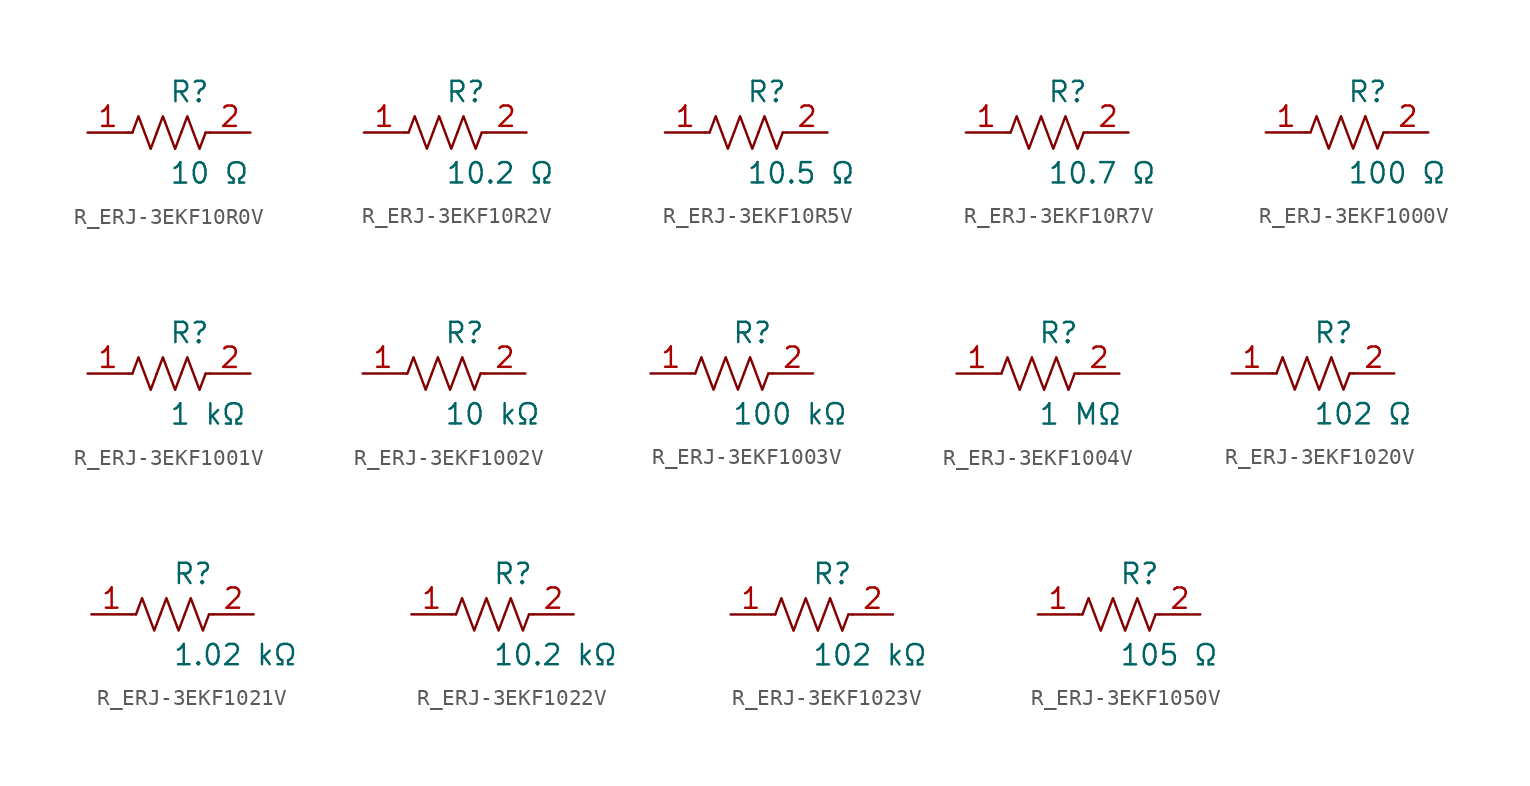
<source format=kicad_sym>
(kicad_symbol_lib
  (version 20231120)
  (generator "kicad_symbol_editor")
  (generator_version "8.0")
  (symbol "R_ERJ-3EKF10R0V"
    (pin_names
      (offset 0.254))
    (property "Reference" "R"
      (at 0 2.54 0)
      (effects (font (size 1.27 1.27)) (justify left)))
    (property "Value" "10 Ω"
      (at 0 -2.54 0)
      (effects (font (size 1.27 1.27)) (justify left)))
    (symbol "R_ERJ-3EKF10R0V_0_1"
      (polyline (pts (xy 2.286 0) (xy 2.54 0)) (stroke (width 0) (type default)) (fill (type none)))
      (polyline (pts (xy -2.286 0) (xy -2.54 0)) (stroke (width 0) (type default)) (fill (type none)))
      (polyline (pts (xy 0.762 0) (xy 1.143 1.016) (xy 1.524 0) (xy 1.905 -1.016) (xy 2.286 0)) (stroke (width 0) (type default)) (fill (type none)))
      (polyline (pts (xy -0.762 0) (xy -0.381 1.016) (xy 0 0) (xy 0.381 -1.016) (xy 0.762 0)) (stroke (width 0) (type default)) (fill (type none)))
      (polyline (pts (xy -2.286 0) (xy -1.905 1.016) (xy -1.524 0) (xy -1.143 -1.016) (xy -0.762 0)) (stroke (width 0) (type default)) (fill (type none))))
    (pin unspecified line
      (at -5.08 0 0)
      (length 2.54)
      (name "" (effects (font (size 1.27 1.27))))
      (number "1" (effects (font (size 1.27 1.27)))))
    (pin unspecified line
      (at 5.08 0 180)
      (length 2.54)
      (name "" (effects (font (size 1.27 1.27))))
      (number "2" (effects (font (size 1.27 1.27))))))
  (symbol "R_ERJ-3EKF10R2V"
    (pin_names
      (offset 0.254))
    (property "Reference" "R"
      (at 0 2.54 0)
      (effects (font (size 1.27 1.27)) (justify left)))
    (property "Value" "10.2 Ω"
      (at 0 -2.54 0)
      (effects (font (size 1.27 1.27)) (justify left)))
    (symbol "R_ERJ-3EKF10R2V_0_1"
      (polyline (pts (xy 2.286 0) (xy 2.54 0)) (stroke (width 0) (type default)) (fill (type none)))
      (polyline (pts (xy -2.286 0) (xy -2.54 0)) (stroke (width 0) (type default)) (fill (type none)))
      (polyline (pts (xy 0.762 0) (xy 1.143 1.016) (xy 1.524 0) (xy 1.905 -1.016) (xy 2.286 0)) (stroke (width 0) (type default)) (fill (type none)))
      (polyline (pts (xy -0.762 0) (xy -0.381 1.016) (xy 0 0) (xy 0.381 -1.016) (xy 0.762 0)) (stroke (width 0) (type default)) (fill (type none)))
      (polyline (pts (xy -2.286 0) (xy -1.905 1.016) (xy -1.524 0) (xy -1.143 -1.016) (xy -0.762 0)) (stroke (width 0) (type default)) (fill (type none))))
    (pin unspecified line
      (at -5.08 0 0)
      (length 2.54)
      (name "" (effects (font (size 1.27 1.27))))
      (number "1" (effects (font (size 1.27 1.27)))))
    (pin unspecified line
      (at 5.08 0 180)
      (length 2.54)
      (name "" (effects (font (size 1.27 1.27))))
      (number "2" (effects (font (size 1.27 1.27))))))
  (symbol "R_ERJ-3EKF10R5V"
    (pin_names
      (offset 0.254))
    (property "Reference" "R"
      (at 0 2.54 0)
      (effects (font (size 1.27 1.27)) (justify left)))
    (property "Value" "10.5 Ω"
      (at 0 -2.54 0)
      (effects (font (size 1.27 1.27)) (justify left)))
    (symbol "R_ERJ-3EKF10R5V_0_1"
      (polyline (pts (xy 2.286 0) (xy 2.54 0)) (stroke (width 0) (type default)) (fill (type none)))
      (polyline (pts (xy -2.286 0) (xy -2.54 0)) (stroke (width 0) (type default)) (fill (type none)))
      (polyline (pts (xy 0.762 0) (xy 1.143 1.016) (xy 1.524 0) (xy 1.905 -1.016) (xy 2.286 0)) (stroke (width 0) (type default)) (fill (type none)))
      (polyline (pts (xy -0.762 0) (xy -0.381 1.016) (xy 0 0) (xy 0.381 -1.016) (xy 0.762 0)) (stroke (width 0) (type default)) (fill (type none)))
      (polyline (pts (xy -2.286 0) (xy -1.905 1.016) (xy -1.524 0) (xy -1.143 -1.016) (xy -0.762 0)) (stroke (width 0) (type default)) (fill (type none))))
    (pin unspecified line
      (at -5.08 0 0)
      (length 2.54)
      (name "" (effects (font (size 1.27 1.27))))
      (number "1" (effects (font (size 1.27 1.27)))))
    (pin unspecified line
      (at 5.08 0 180)
      (length 2.54)
      (name "" (effects (font (size 1.27 1.27))))
      (number "2" (effects (font (size 1.27 1.27))))))
  (symbol "R_ERJ-3EKF10R7V"
    (pin_names
      (offset 0.254))
    (property "Reference" "R"
      (at 0 2.54 0)
      (effects (font (size 1.27 1.27)) (justify left)))
    (property "Value" "10.7 Ω"
      (at 0 -2.54 0)
      (effects (font (size 1.27 1.27)) (justify left)))
    (symbol "R_ERJ-3EKF10R7V_0_1"
      (polyline (pts (xy 2.286 0) (xy 2.54 0)) (stroke (width 0) (type default)) (fill (type none)))
      (polyline (pts (xy -2.286 0) (xy -2.54 0)) (stroke (width 0) (type default)) (fill (type none)))
      (polyline (pts (xy 0.762 0) (xy 1.143 1.016) (xy 1.524 0) (xy 1.905 -1.016) (xy 2.286 0)) (stroke (width 0) (type default)) (fill (type none)))
      (polyline (pts (xy -0.762 0) (xy -0.381 1.016) (xy 0 0) (xy 0.381 -1.016) (xy 0.762 0)) (stroke (width 0) (type default)) (fill (type none)))
      (polyline (pts (xy -2.286 0) (xy -1.905 1.016) (xy -1.524 0) (xy -1.143 -1.016) (xy -0.762 0)) (stroke (width 0) (type default)) (fill (type none))))
    (pin unspecified line
      (at -5.08 0 0)
      (length 2.54)
      (name "" (effects (font (size 1.27 1.27))))
      (number "1" (effects (font (size 1.27 1.27)))))
    (pin unspecified line
      (at 5.08 0 180)
      (length 2.54)
      (name "" (effects (font (size 1.27 1.27))))
      (number "2" (effects (font (size 1.27 1.27))))))
  (symbol "R_ERJ-3EKF1000V"
    (pin_names
      (offset 0.254))
    (property "Reference" "R"
      (at 0 2.54 0)
      (effects (font (size 1.27 1.27)) (justify left)))
    (property "Value" "100 Ω"
      (at 0 -2.54 0)
      (effects (font (size 1.27 1.27)) (justify left)))
    (symbol "R_ERJ-3EKF1000V_0_1"
      (polyline (pts (xy 2.286 0) (xy 2.54 0)) (stroke (width 0) (type default)) (fill (type none)))
      (polyline (pts (xy -2.286 0) (xy -2.54 0)) (stroke (width 0) (type default)) (fill (type none)))
      (polyline (pts (xy 0.762 0) (xy 1.143 1.016) (xy 1.524 0) (xy 1.905 -1.016) (xy 2.286 0)) (stroke (width 0) (type default)) (fill (type none)))
      (polyline (pts (xy -0.762 0) (xy -0.381 1.016) (xy 0 0) (xy 0.381 -1.016) (xy 0.762 0)) (stroke (width 0) (type default)) (fill (type none)))
      (polyline (pts (xy -2.286 0) (xy -1.905 1.016) (xy -1.524 0) (xy -1.143 -1.016) (xy -0.762 0)) (stroke (width 0) (type default)) (fill (type none))))
    (pin unspecified line
      (at -5.08 0 0)
      (length 2.54)
      (name "" (effects (font (size 1.27 1.27))))
      (number "1" (effects (font (size 1.27 1.27)))))
    (pin unspecified line
      (at 5.08 0 180)
      (length 2.54)
      (name "" (effects (font (size 1.27 1.27))))
      (number "2" (effects (font (size 1.27 1.27))))))
  (symbol "R_ERJ-3EKF1001V"
    (pin_names
      (offset 0.254))
    (property "Reference" "R"
      (at 0 2.54 0)
      (effects (font (size 1.27 1.27)) (justify left)))
    (property "Value" "1 kΩ"
      (at 0 -2.54 0)
      (effects (font (size 1.27 1.27)) (justify left)))
    (symbol "R_ERJ-3EKF1001V_0_1"
      (polyline (pts (xy 2.286 0) (xy 2.54 0)) (stroke (width 0) (type default)) (fill (type none)))
      (polyline (pts (xy -2.286 0) (xy -2.54 0)) (stroke (width 0) (type default)) (fill (type none)))
      (polyline (pts (xy 0.762 0) (xy 1.143 1.016) (xy 1.524 0) (xy 1.905 -1.016) (xy 2.286 0)) (stroke (width 0) (type default)) (fill (type none)))
      (polyline (pts (xy -0.762 0) (xy -0.381 1.016) (xy 0 0) (xy 0.381 -1.016) (xy 0.762 0)) (stroke (width 0) (type default)) (fill (type none)))
      (polyline (pts (xy -2.286 0) (xy -1.905 1.016) (xy -1.524 0) (xy -1.143 -1.016) (xy -0.762 0)) (stroke (width 0) (type default)) (fill (type none))))
    (pin unspecified line
      (at -5.08 0 0)
      (length 2.54)
      (name "" (effects (font (size 1.27 1.27))))
      (number "1" (effects (font (size 1.27 1.27)))))
    (pin unspecified line
      (at 5.08 0 180)
      (length 2.54)
      (name "" (effects (font (size 1.27 1.27))))
      (number "2" (effects (font (size 1.27 1.27))))))
  (symbol "R_ERJ-3EKF1002V"
    (pin_names
      (offset 0.254))
    (property "Reference" "R"
      (at 0 2.54 0)
      (effects (font (size 1.27 1.27)) (justify left)))
    (property "Value" "10 kΩ"
      (at 0 -2.54 0)
      (effects (font (size 1.27 1.27)) (justify left)))
    (symbol "R_ERJ-3EKF1002V_0_1"
      (polyline (pts (xy 2.286 0) (xy 2.54 0)) (stroke (width 0) (type default)) (fill (type none)))
      (polyline (pts (xy -2.286 0) (xy -2.54 0)) (stroke (width 0) (type default)) (fill (type none)))
      (polyline (pts (xy 0.762 0) (xy 1.143 1.016) (xy 1.524 0) (xy 1.905 -1.016) (xy 2.286 0)) (stroke (width 0) (type default)) (fill (type none)))
      (polyline (pts (xy -0.762 0) (xy -0.381 1.016) (xy 0 0) (xy 0.381 -1.016) (xy 0.762 0)) (stroke (width 0) (type default)) (fill (type none)))
      (polyline (pts (xy -2.286 0) (xy -1.905 1.016) (xy -1.524 0) (xy -1.143 -1.016) (xy -0.762 0)) (stroke (width 0) (type default)) (fill (type none))))
    (pin unspecified line
      (at -5.08 0 0)
      (length 2.54)
      (name "" (effects (font (size 1.27 1.27))))
      (number "1" (effects (font (size 1.27 1.27)))))
    (pin unspecified line
      (at 5.08 0 180)
      (length 2.54)
      (name "" (effects (font (size 1.27 1.27))))
      (number "2" (effects (font (size 1.27 1.27))))))
  (symbol "R_ERJ-3EKF1003V"
    (pin_names
      (offset 0.254))
    (property "Reference" "R"
      (at 0 2.54 0)
      (effects (font (size 1.27 1.27)) (justify left)))
    (property "Value" "100 kΩ"
      (at 0 -2.54 0)
      (effects (font (size 1.27 1.27)) (justify left)))
    (symbol "R_ERJ-3EKF1003V_0_1"
      (polyline (pts (xy 2.286 0) (xy 2.54 0)) (stroke (width 0) (type default)) (fill (type none)))
      (polyline (pts (xy -2.286 0) (xy -2.54 0)) (stroke (width 0) (type default)) (fill (type none)))
      (polyline (pts (xy 0.762 0) (xy 1.143 1.016) (xy 1.524 0) (xy 1.905 -1.016) (xy 2.286 0)) (stroke (width 0) (type default)) (fill (type none)))
      (polyline (pts (xy -0.762 0) (xy -0.381 1.016) (xy 0 0) (xy 0.381 -1.016) (xy 0.762 0)) (stroke (width 0) (type default)) (fill (type none)))
      (polyline (pts (xy -2.286 0) (xy -1.905 1.016) (xy -1.524 0) (xy -1.143 -1.016) (xy -0.762 0)) (stroke (width 0) (type default)) (fill (type none))))
    (pin unspecified line
      (at -5.08 0 0)
      (length 2.54)
      (name "" (effects (font (size 1.27 1.27))))
      (number "1" (effects (font (size 1.27 1.27)))))
    (pin unspecified line
      (at 5.08 0 180)
      (length 2.54)
      (name "" (effects (font (size 1.27 1.27))))
      (number "2" (effects (font (size 1.27 1.27))))))
  (symbol "R_ERJ-3EKF1004V"
    (pin_names
      (offset 0.254))
    (property "Reference" "R"
      (at 0 2.54 0)
      (effects (font (size 1.27 1.27)) (justify left)))
    (property "Value" "1 MΩ"
      (at 0 -2.54 0)
      (effects (font (size 1.27 1.27)) (justify left)))
    (symbol "R_ERJ-3EKF1004V_0_1"
      (polyline (pts (xy 2.286 0) (xy 2.54 0)) (stroke (width 0) (type default)) (fill (type none)))
      (polyline (pts (xy -2.286 0) (xy -2.54 0)) (stroke (width 0) (type default)) (fill (type none)))
      (polyline (pts (xy 0.762 0) (xy 1.143 1.016) (xy 1.524 0) (xy 1.905 -1.016) (xy 2.286 0)) (stroke (width 0) (type default)) (fill (type none)))
      (polyline (pts (xy -0.762 0) (xy -0.381 1.016) (xy 0 0) (xy 0.381 -1.016) (xy 0.762 0)) (stroke (width 0) (type default)) (fill (type none)))
      (polyline (pts (xy -2.286 0) (xy -1.905 1.016) (xy -1.524 0) (xy -1.143 -1.016) (xy -0.762 0)) (stroke (width 0) (type default)) (fill (type none))))
    (pin unspecified line
      (at -5.08 0 0)
      (length 2.54)
      (name "" (effects (font (size 1.27 1.27))))
      (number "1" (effects (font (size 1.27 1.27)))))
    (pin unspecified line
      (at 5.08 0 180)
      (length 2.54)
      (name "" (effects (font (size 1.27 1.27))))
      (number "2" (effects (font (size 1.27 1.27))))))
  (symbol "R_ERJ-3EKF1020V"
    (pin_names
      (offset 0.254))
    (property "Reference" "R"
      (at 0 2.54 0)
      (effects (font (size 1.27 1.27)) (justify left)))
    (property "Value" "102 Ω"
      (at 0 -2.54 0)
      (effects (font (size 1.27 1.27)) (justify left)))
    (symbol "R_ERJ-3EKF1020V_0_1"
      (polyline (pts (xy 2.286 0) (xy 2.54 0)) (stroke (width 0) (type default)) (fill (type none)))
      (polyline (pts (xy -2.286 0) (xy -2.54 0)) (stroke (width 0) (type default)) (fill (type none)))
      (polyline (pts (xy 0.762 0) (xy 1.143 1.016) (xy 1.524 0) (xy 1.905 -1.016) (xy 2.286 0)) (stroke (width 0) (type default)) (fill (type none)))
      (polyline (pts (xy -0.762 0) (xy -0.381 1.016) (xy 0 0) (xy 0.381 -1.016) (xy 0.762 0)) (stroke (width 0) (type default)) (fill (type none)))
      (polyline (pts (xy -2.286 0) (xy -1.905 1.016) (xy -1.524 0) (xy -1.143 -1.016) (xy -0.762 0)) (stroke (width 0) (type default)) (fill (type none))))
    (pin unspecified line
      (at -5.08 0 0)
      (length 2.54)
      (name "" (effects (font (size 1.27 1.27))))
      (number "1" (effects (font (size 1.27 1.27)))))
    (pin unspecified line
      (at 5.08 0 180)
      (length 2.54)
      (name "" (effects (font (size 1.27 1.27))))
      (number "2" (effects (font (size 1.27 1.27))))))
  (symbol "R_ERJ-3EKF1021V"
    (pin_names
      (offset 0.254))
    (property "Reference" "R"
      (at 0 2.54 0)
      (effects (font (size 1.27 1.27)) (justify left)))
    (property "Value" "1.02 kΩ"
      (at 0 -2.54 0)
      (effects (font (size 1.27 1.27)) (justify left)))
    (symbol "R_ERJ-3EKF1021V_0_1"
      (polyline (pts (xy 2.286 0) (xy 2.54 0)) (stroke (width 0) (type default)) (fill (type none)))
      (polyline (pts (xy -2.286 0) (xy -2.54 0)) (stroke (width 0) (type default)) (fill (type none)))
      (polyline (pts (xy 0.762 0) (xy 1.143 1.016) (xy 1.524 0) (xy 1.905 -1.016) (xy 2.286 0)) (stroke (width 0) (type default)) (fill (type none)))
      (polyline (pts (xy -0.762 0) (xy -0.381 1.016) (xy 0 0) (xy 0.381 -1.016) (xy 0.762 0)) (stroke (width 0) (type default)) (fill (type none)))
      (polyline (pts (xy -2.286 0) (xy -1.905 1.016) (xy -1.524 0) (xy -1.143 -1.016) (xy -0.762 0)) (stroke (width 0) (type default)) (fill (type none))))
    (pin unspecified line
      (at -5.08 0 0)
      (length 2.54)
      (name "" (effects (font (size 1.27 1.27))))
      (number "1" (effects (font (size 1.27 1.27)))))
    (pin unspecified line
      (at 5.08 0 180)
      (length 2.54)
      (name "" (effects (font (size 1.27 1.27))))
      (number "2" (effects (font (size 1.27 1.27))))))
  (symbol "R_ERJ-3EKF1022V"
    (pin_names
      (offset 0.254))
    (property "Reference" "R"
      (at 0 2.54 0)
      (effects (font (size 1.27 1.27)) (justify left)))
    (property "Value" "10.2 kΩ"
      (at 0 -2.54 0)
      (effects (font (size 1.27 1.27)) (justify left)))
    (symbol "R_ERJ-3EKF1022V_0_1"
      (polyline (pts (xy 2.286 0) (xy 2.54 0)) (stroke (width 0) (type default)) (fill (type none)))
      (polyline (pts (xy -2.286 0) (xy -2.54 0)) (stroke (width 0) (type default)) (fill (type none)))
      (polyline (pts (xy 0.762 0) (xy 1.143 1.016) (xy 1.524 0) (xy 1.905 -1.016) (xy 2.286 0)) (stroke (width 0) (type default)) (fill (type none)))
      (polyline (pts (xy -0.762 0) (xy -0.381 1.016) (xy 0 0) (xy 0.381 -1.016) (xy 0.762 0)) (stroke (width 0) (type default)) (fill (type none)))
      (polyline (pts (xy -2.286 0) (xy -1.905 1.016) (xy -1.524 0) (xy -1.143 -1.016) (xy -0.762 0)) (stroke (width 0) (type default)) (fill (type none))))
    (pin unspecified line
      (at -5.08 0 0)
      (length 2.54)
      (name "" (effects (font (size 1.27 1.27))))
      (number "1" (effects (font (size 1.27 1.27)))))
    (pin unspecified line
      (at 5.08 0 180)
      (length 2.54)
      (name "" (effects (font (size 1.27 1.27))))
      (number "2" (effects (font (size 1.27 1.27))))))
  (symbol "R_ERJ-3EKF1023V"
    (pin_names
      (offset 0.254))
    (property "Reference" "R"
      (at 0 2.54 0)
      (effects (font (size 1.27 1.27)) (justify left)))
    (property "Value" "102 kΩ"
      (at 0 -2.54 0)
      (effects (font (size 1.27 1.27)) (justify left)))
    (symbol "R_ERJ-3EKF1023V_0_1"
      (polyline (pts (xy 2.286 0) (xy 2.54 0)) (stroke (width 0) (type default)) (fill (type none)))
      (polyline (pts (xy -2.286 0) (xy -2.54 0)) (stroke (width 0) (type default)) (fill (type none)))
      (polyline (pts (xy 0.762 0) (xy 1.143 1.016) (xy 1.524 0) (xy 1.905 -1.016) (xy 2.286 0)) (stroke (width 0) (type default)) (fill (type none)))
      (polyline (pts (xy -0.762 0) (xy -0.381 1.016) (xy 0 0) (xy 0.381 -1.016) (xy 0.762 0)) (stroke (width 0) (type default)) (fill (type none)))
      (polyline (pts (xy -2.286 0) (xy -1.905 1.016) (xy -1.524 0) (xy -1.143 -1.016) (xy -0.762 0)) (stroke (width 0) (type default)) (fill (type none))))
    (pin unspecified line
      (at -5.08 0 0)
      (length 2.54)
      (name "" (effects (font (size 1.27 1.27))))
      (number "1" (effects (font (size 1.27 1.27)))))
    (pin unspecified line
      (at 5.08 0 180)
      (length 2.54)
      (name "" (effects (font (size 1.27 1.27))))
      (number "2" (effects (font (size 1.27 1.27))))))
  (symbol "R_ERJ-3EKF1050V"
    (pin_names
      (offset 0.254))
    (property "Reference" "R"
      (at 0 2.54 0)
      (effects (font (size 1.27 1.27)) (justify left)))
    (property "Value" "105 Ω"
      (at 0 -2.54 0)
      (effects (font (size 1.27 1.27)) (justify left)))
    (symbol "R_ERJ-3EKF1050V_0_1"
      (polyline (pts (xy 2.286 0) (xy 2.54 0)) (stroke (width 0) (type default)) (fill (type none)))
      (polyline (pts (xy -2.286 0) (xy -2.54 0)) (stroke (width 0) (type default)) (fill (type none)))
      (polyline (pts (xy 0.762 0) (xy 1.143 1.016) (xy 1.524 0) (xy 1.905 -1.016) (xy 2.286 0)) (stroke (width 0) (type default)) (fill (type none)))
      (polyline (pts (xy -0.762 0) (xy -0.381 1.016) (xy 0 0) (xy 0.381 -1.016) (xy 0.762 0)) (stroke (width 0) (type default)) (fill (type none)))
      (polyline (pts (xy -2.286 0) (xy -1.905 1.016) (xy -1.524 0) (xy -1.143 -1.016) (xy -0.762 0)) (stroke (width 0) (type default)) (fill (type none))))
    (pin unspecified line
      (at -5.08 0 0)
      (length 2.54)
      (name "" (effects (font (size 1.27 1.27))))
      (number "1" (effects (font (size 1.27 1.27)))))
    (pin unspecified line
      (at 5.08 0 180)
      (length 2.54)
      (name "" (effects (font (size 1.27 1.27))))
      (number "2" (effects (font (size 1.27 1.27)))))))
</source>
